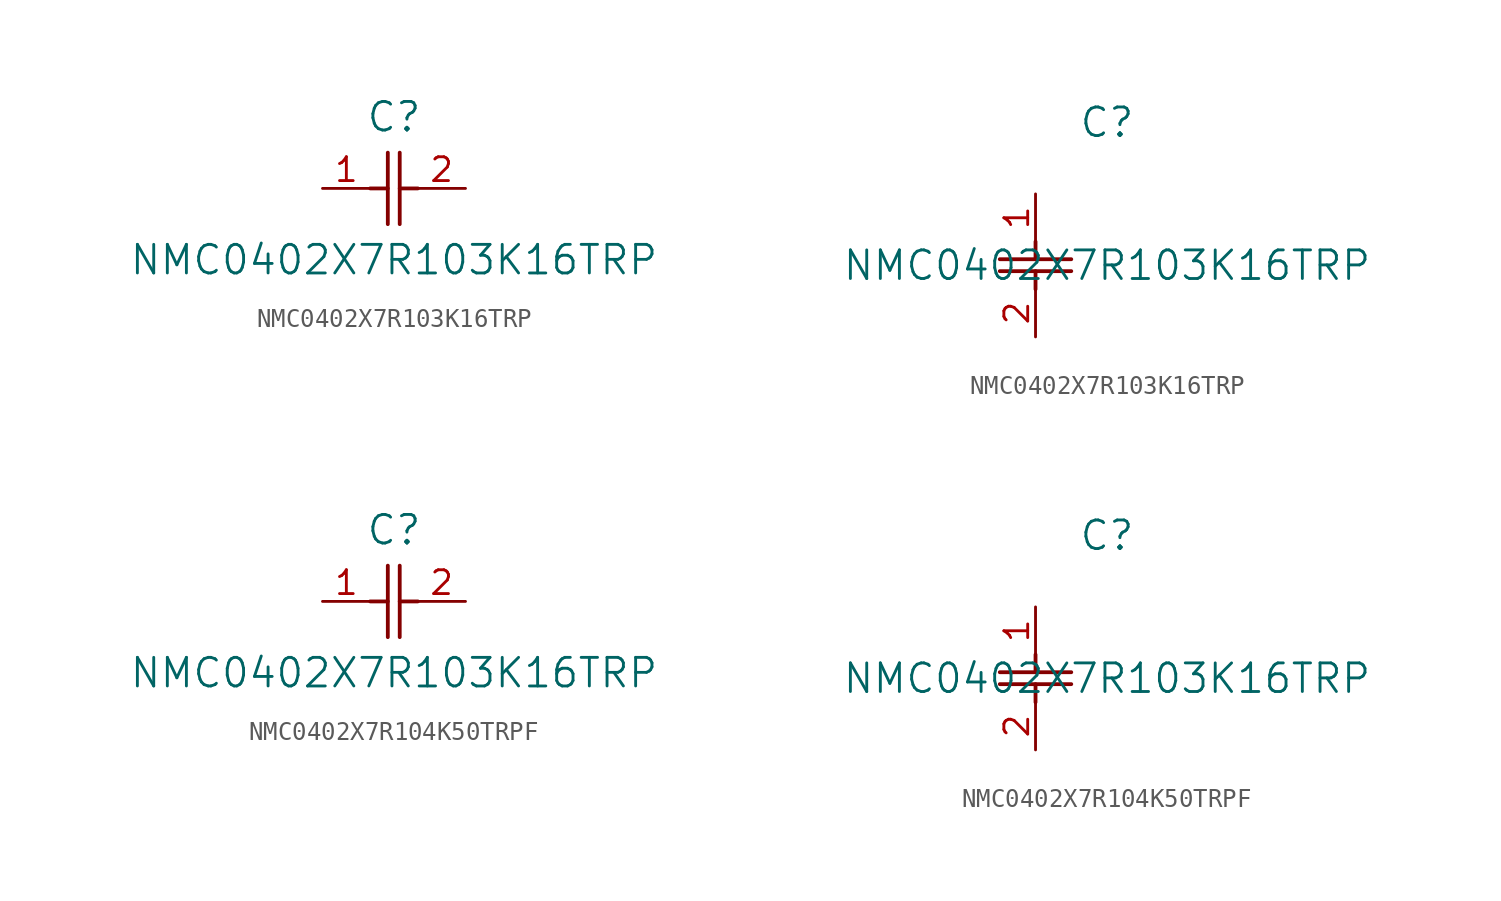
<source format=kicad_sym>
(kicad_symbol_lib
  (version 20241209)
  (generator "kicad_symbol_editor")
  (generator_version "9.0")
  (symbol "NMC0402X7R103K16TRP"
    (pin_names
      (offset 0.254))
    (property "Reference" "C"
      (at 3.81 3.81 0)
      (effects (font (size 1.524 1.524))))
    (property "Value" "NMC0402X7R103K16TRP"
      (at 3.81 -3.81 0)
      (effects (font (size 1.524 1.524))))
    (property "ki_locked" ""
      (at 0 0 0)
      (effects (font (size 1.27 1.27))))
    (symbol "NMC0402X7R103K16TRP_1_1"
      (polyline (pts (xy 2.54 0) (xy 3.48 0)) (stroke (width 0.203) (type default)) (fill (type none)))
      (polyline (pts (xy 3.48 -1.905) (xy 3.48 1.905)) (stroke (width 0.203) (type default)) (fill (type none)))
      (polyline (pts (xy 4.115 0) (xy 5.08 0)) (stroke (width 0.203) (type default)) (fill (type none)))
      (polyline (pts (xy 4.115 -1.905) (xy 4.115 1.905)) (stroke (width 0.203) (type default)) (fill (type none)))
      (pin unspecified line (at 0 0 0) (length 2.54) (name "" (effects (font (size 1.27 1.27)))) (number "1" (effects (font (size 1.27 1.27)))))
      (pin unspecified line (at 7.62 0 180) (length 2.54) (name "" (effects (font (size 1.27 1.27)))) (number "2" (effects (font (size 1.27 1.27))))))
    (symbol "NMC0402X7R103K16TRP_1_2"
      (polyline (pts (xy -1.905 -3.48) (xy 1.905 -3.48)) (stroke (width 0.203) (type default)) (fill (type none)))
      (polyline (pts (xy -1.905 -4.115) (xy 1.905 -4.115)) (stroke (width 0.203) (type default)) (fill (type none)))
      (polyline (pts (xy 0 -2.54) (xy 0 -3.48)) (stroke (width 0.203) (type default)) (fill (type none)))
      (polyline (pts (xy 0 -4.115) (xy 0 -5.08)) (stroke (width 0.203) (type default)) (fill (type none)))
      (pin unspecified line (at 0 0 270) (length 2.54) (name "" (effects (font (size 1.27 1.27)))) (number "1" (effects (font (size 1.27 1.27)))))
      (pin unspecified line (at 0 -7.62 90) (length 2.54) (name "" (effects (font (size 1.27 1.27)))) (number "2" (effects (font (size 1.27 1.27)))))))
  (symbol "NMC0402X7R104K50TRPF"
    (pin_names
      (offset 0.254))
    (property "Reference" "C"
      (at 3.81 3.81 0)
      (effects (font (size 1.524 1.524))))
    (property "Value" "NMC0402X7R103K16TRP"
      (at 3.81 -3.81 0)
      (effects (font (size 1.524 1.524))))
    (property "ki_locked" ""
      (at 0 0 0)
      (effects (font (size 1.27 1.27))))
    (symbol "NMC0402X7R104K50TRPF_1_1"
      (polyline (pts (xy 2.54 0) (xy 3.48 0)) (stroke (width 0.203) (type default)) (fill (type none)))
      (polyline (pts (xy 3.48 -1.905) (xy 3.48 1.905)) (stroke (width 0.203) (type default)) (fill (type none)))
      (polyline (pts (xy 4.115 0) (xy 5.08 0)) (stroke (width 0.203) (type default)) (fill (type none)))
      (polyline (pts (xy 4.115 -1.905) (xy 4.115 1.905)) (stroke (width 0.203) (type default)) (fill (type none)))
      (pin unspecified line (at 0 0 0) (length 2.54) (name "" (effects (font (size 1.27 1.27)))) (number "1" (effects (font (size 1.27 1.27)))))
      (pin unspecified line (at 7.62 0 180) (length 2.54) (name "" (effects (font (size 1.27 1.27)))) (number "2" (effects (font (size 1.27 1.27))))))
    (symbol "NMC0402X7R104K50TRPF_1_2"
      (polyline (pts (xy -1.905 -3.48) (xy 1.905 -3.48)) (stroke (width 0.203) (type default)) (fill (type none)))
      (polyline (pts (xy -1.905 -4.115) (xy 1.905 -4.115)) (stroke (width 0.203) (type default)) (fill (type none)))
      (polyline (pts (xy 0 -2.54) (xy 0 -3.48)) (stroke (width 0.203) (type default)) (fill (type none)))
      (polyline (pts (xy 0 -4.115) (xy 0 -5.08)) (stroke (width 0.203) (type default)) (fill (type none)))
      (pin unspecified line (at 0 0 270) (length 2.54) (name "" (effects (font (size 1.27 1.27)))) (number "1" (effects (font (size 1.27 1.27)))))
      (pin unspecified line (at 0 -7.62 90) (length 2.54) (name "" (effects (font (size 1.27 1.27)))) (number "2" (effects (font (size 1.27 1.27))))))))
</source>
